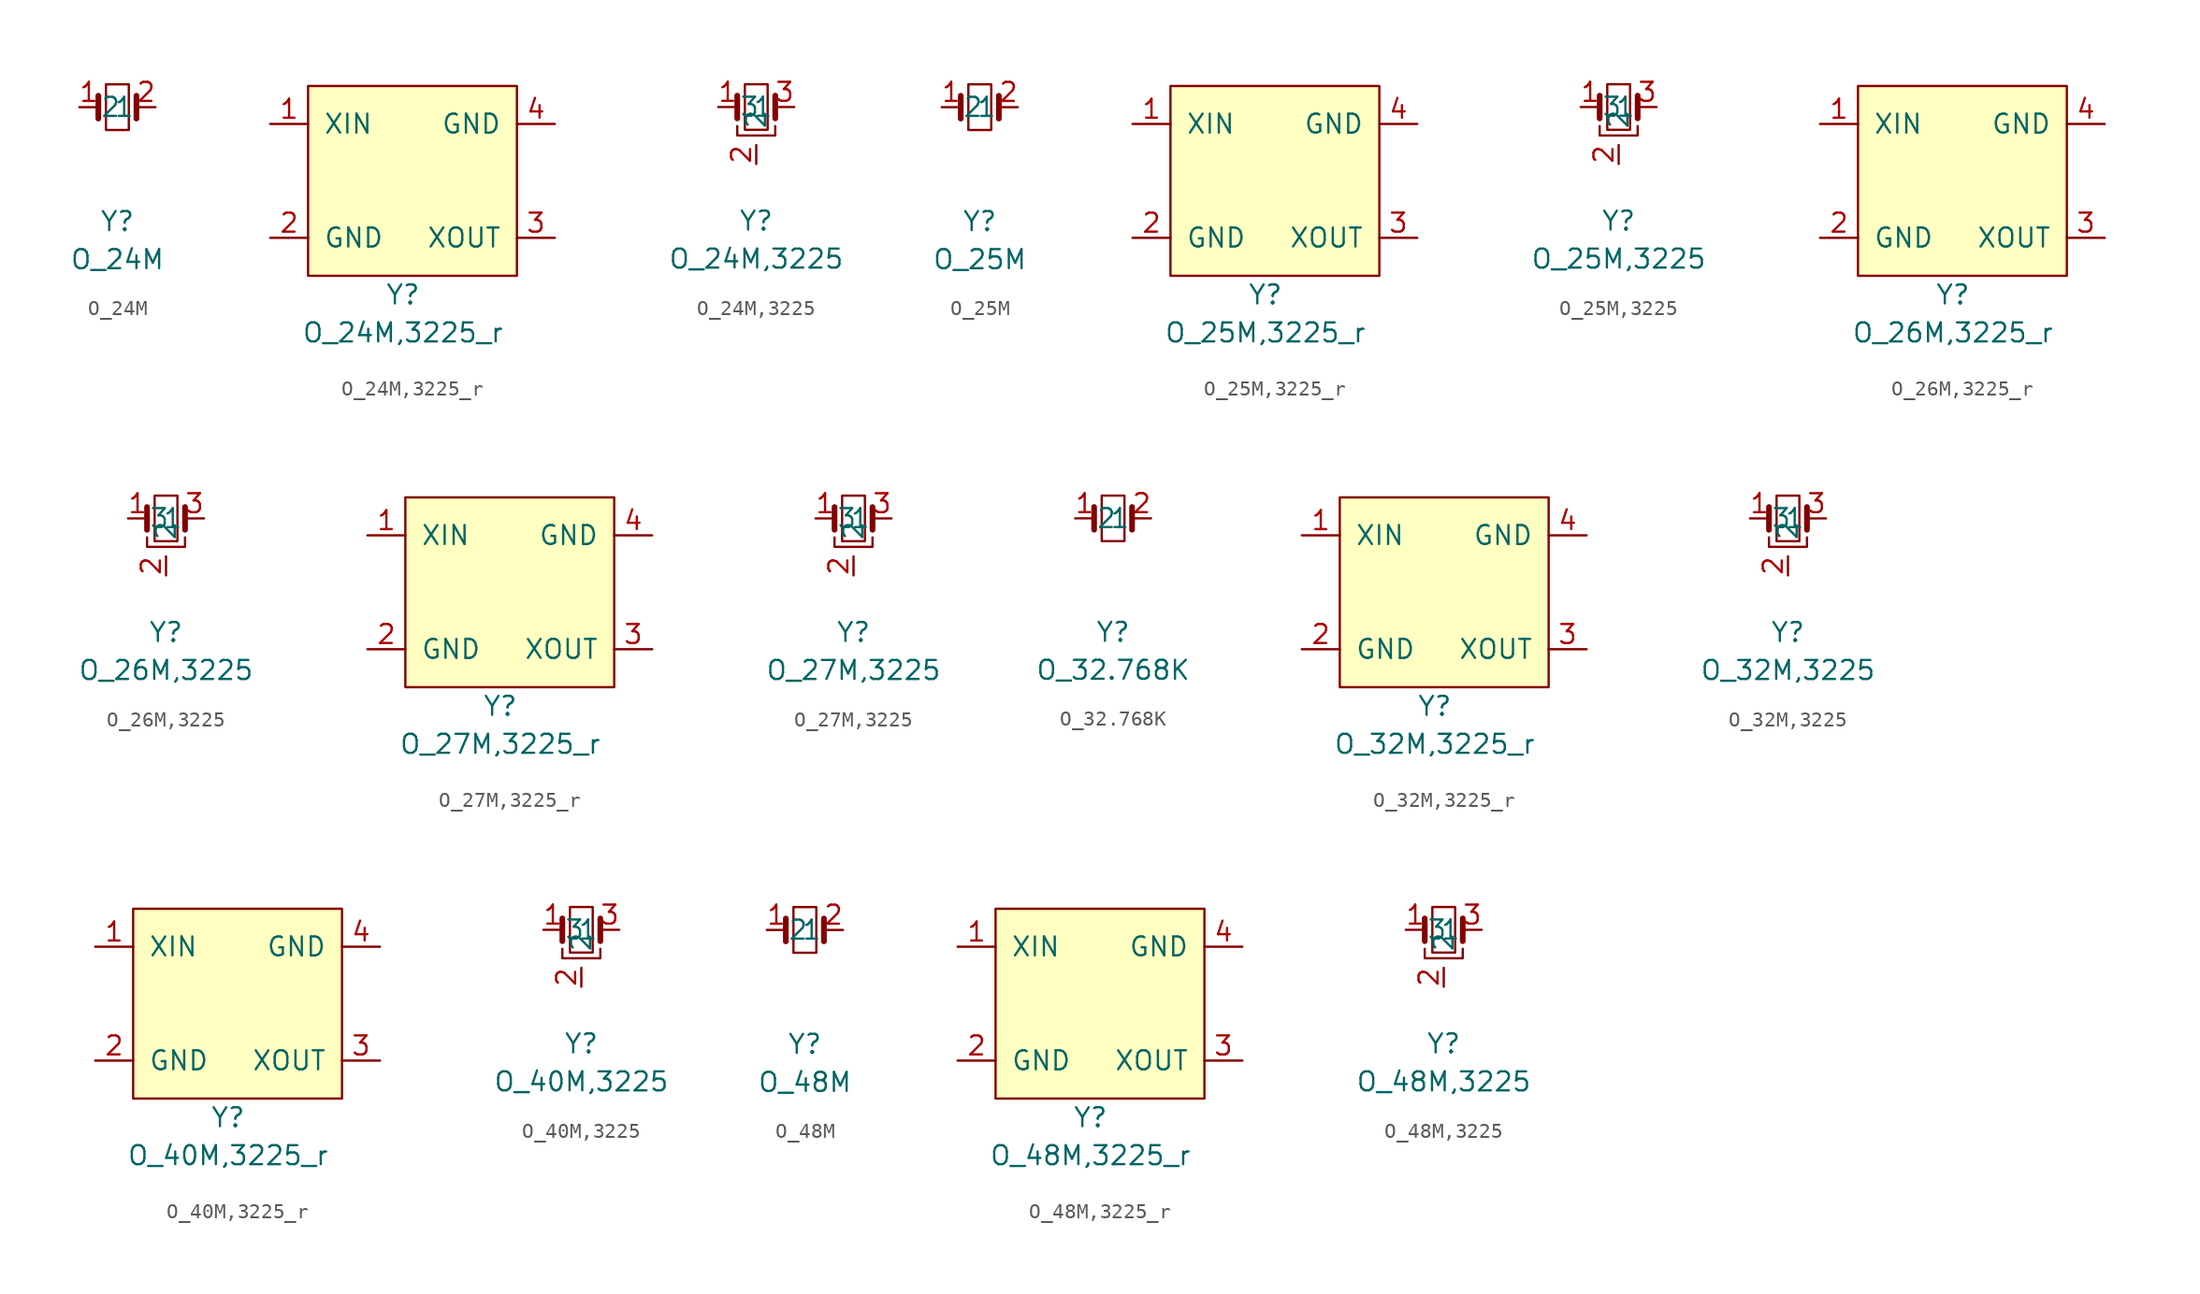
<source format=kicad_sym>
(kicad_symbol_lib
  (version 20211014)
  (generator kicad_symbol_editor)
  (symbol "O_24M"
    (pin_names
      (offset 1.016))
    (property "Reference" "Y"
      (at 0 -7.62 0)
      (effects (font (size 1.27 1.27))))
    (property "Value" "O_24M"
      (at 0 -10.16 0)
      (effects (font (size 1.27 1.27))))
    (symbol "O_24M_0_1"
      (rectangle (start -0.762 -1.524) (end 0.762 1.524) (stroke (width 0) (type default) (color 0 0 0 0)) (fill (type none)))
      (polyline (pts (xy -1.27 -0.762) (xy -1.27 0.762)) (stroke (width 0.381) (type default) (color 0 0 0 0)) (fill (type none)))
      (polyline (pts (xy 1.27 -0.762) (xy 1.27 0.762)) (stroke (width 0.381) (type default) (color 0 0 0 0)) (fill (type none))))
    (symbol "O_24M_1_1"
      (pin passive line (at -2.54 0 0) (length 1.27) (name "1" (effects (font (size 1.27 1.27)))) (number "1" (effects (font (size 1.27 1.27)))))
      (pin passive line (at 2.54 0 180) (length 1.27) (name "2" (effects (font (size 1.27 1.27)))) (number "2" (effects (font (size 1.27 1.27)))))))
  (symbol "O_24M,3225_r"
    (pin_names
      (offset 1.016))
    (property "Reference" "Y"
      (at 0 -7.62 0)
      (effects (font (size 1.27 1.27))))
    (property "Value" "O_24M,3225_r"
      (at 0 -10.16 0)
      (effects (font (size 1.27 1.27))))
    (symbol "O_24M,3225_r_0_1"
      (rectangle (start -6.35 6.35) (end 7.62 -6.35) (stroke (width 0) (type default) (color 0 0 0 0)) (fill (type background))))
    (symbol "O_24M,3225_r_1_1"
      (pin bidirectional line (at -8.89 3.81 0) (length 2.54) (name "XIN" (effects (font (size 1.27 1.27)))) (number "1" (effects (font (size 1.27 1.27)))))
      (pin power_in line (at -8.89 -3.81 0) (length 2.54) (name "GND" (effects (font (size 1.27 1.27)))) (number "2" (effects (font (size 1.27 1.27)))))
      (pin bidirectional line (at 10.16 -3.81 180) (length 2.54) (name "XOUT" (effects (font (size 1.27 1.27)))) (number "3" (effects (font (size 1.27 1.27)))))
      (pin power_in line (at 10.16 3.81 180) (length 2.54) (name "GND" (effects (font (size 1.27 1.27)))) (number "4" (effects (font (size 1.27 1.27)))))))
  (symbol "O_24M,3225"
    (pin_names
      (offset 1.016))
    (property "Reference" "Y"
      (at 0 -7.62 0)
      (effects (font (size 1.27 1.27))))
    (property "Value" "O_24M,3225"
      (at 0 -10.16 0)
      (effects (font (size 1.27 1.27))))
    (symbol "O_24M,3225_0_1"
      (rectangle (start -0.762 -1.524) (end 0.762 1.524) (stroke (width 0) (type default) (color 0 0 0 0)) (fill (type none)))
      (polyline (pts (xy -1.27 -0.762) (xy -1.27 0.762)) (stroke (width 0.381) (type default) (color 0 0 0 0)) (fill (type none)))
      (polyline (pts (xy 1.27 -0.762) (xy 1.27 0.762)) (stroke (width 0.381) (type default) (color 0 0 0 0)) (fill (type none)))
      (polyline (pts (xy -1.27 -1.27) (xy -1.27 -1.905) (xy 1.27 -1.905) (xy 1.27 -1.27)) (stroke (width 0) (type default) (color 0 0 0 0)) (fill (type none))))
    (symbol "O_24M,3225_1_1"
      (pin passive line (at -2.54 0 0) (length 1.27) (name "1" (effects (font (size 1.27 1.27)))) (number "1" (effects (font (size 1.27 1.27)))))
      (pin passive line (at 0 -3.81 90) (length 1.27) (name "2" (effects (font (size 1.27 1.27)))) (number "2" (effects (font (size 1.27 1.27)))))
      (pin passive line (at 2.54 0 180) (length 1.27) (name "3" (effects (font (size 1.27 1.27)))) (number "3" (effects (font (size 1.27 1.27)))))))
  (symbol "O_25M"
    (pin_names
      (offset 1.016))
    (property "Reference" "Y"
      (at 0 -7.62 0)
      (effects (font (size 1.27 1.27))))
    (property "Value" "O_25M"
      (at 0 -10.16 0)
      (effects (font (size 1.27 1.27))))
    (symbol "O_25M_0_1"
      (rectangle (start -0.762 -1.524) (end 0.762 1.524) (stroke (width 0) (type default) (color 0 0 0 0)) (fill (type none)))
      (polyline (pts (xy -1.27 -0.762) (xy -1.27 0.762)) (stroke (width 0.381) (type default) (color 0 0 0 0)) (fill (type none)))
      (polyline (pts (xy 1.27 -0.762) (xy 1.27 0.762)) (stroke (width 0.381) (type default) (color 0 0 0 0)) (fill (type none))))
    (symbol "O_25M_1_1"
      (pin passive line (at -2.54 0 0) (length 1.27) (name "1" (effects (font (size 1.27 1.27)))) (number "1" (effects (font (size 1.27 1.27)))))
      (pin passive line (at 2.54 0 180) (length 1.27) (name "2" (effects (font (size 1.27 1.27)))) (number "2" (effects (font (size 1.27 1.27)))))))
  (symbol "O_25M,3225_r"
    (pin_names
      (offset 1.016))
    (property "Reference" "Y"
      (at 0 -7.62 0)
      (effects (font (size 1.27 1.27))))
    (property "Value" "O_25M,3225_r"
      (at 0 -10.16 0)
      (effects (font (size 1.27 1.27))))
    (symbol "O_25M,3225_r_0_1"
      (rectangle (start -6.35 6.35) (end 7.62 -6.35) (stroke (width 0) (type default) (color 0 0 0 0)) (fill (type background))))
    (symbol "O_25M,3225_r_1_1"
      (pin bidirectional line (at -8.89 3.81 0) (length 2.54) (name "XIN" (effects (font (size 1.27 1.27)))) (number "1" (effects (font (size 1.27 1.27)))))
      (pin power_in line (at -8.89 -3.81 0) (length 2.54) (name "GND" (effects (font (size 1.27 1.27)))) (number "2" (effects (font (size 1.27 1.27)))))
      (pin bidirectional line (at 10.16 -3.81 180) (length 2.54) (name "XOUT" (effects (font (size 1.27 1.27)))) (number "3" (effects (font (size 1.27 1.27)))))
      (pin power_in line (at 10.16 3.81 180) (length 2.54) (name "GND" (effects (font (size 1.27 1.27)))) (number "4" (effects (font (size 1.27 1.27)))))))
  (symbol "O_25M,3225"
    (pin_names
      (offset 1.016))
    (property "Reference" "Y"
      (at 0 -7.62 0)
      (effects (font (size 1.27 1.27))))
    (property "Value" "O_25M,3225"
      (at 0 -10.16 0)
      (effects (font (size 1.27 1.27))))
    (symbol "O_25M,3225_0_1"
      (rectangle (start -0.762 -1.524) (end 0.762 1.524) (stroke (width 0) (type default) (color 0 0 0 0)) (fill (type none)))
      (polyline (pts (xy -1.27 -0.762) (xy -1.27 0.762)) (stroke (width 0.381) (type default) (color 0 0 0 0)) (fill (type none)))
      (polyline (pts (xy 1.27 -0.762) (xy 1.27 0.762)) (stroke (width 0.381) (type default) (color 0 0 0 0)) (fill (type none)))
      (polyline (pts (xy -1.27 -1.27) (xy -1.27 -1.905) (xy 1.27 -1.905) (xy 1.27 -1.27)) (stroke (width 0) (type default) (color 0 0 0 0)) (fill (type none))))
    (symbol "O_25M,3225_1_1"
      (pin passive line (at -2.54 0 0) (length 1.27) (name "1" (effects (font (size 1.27 1.27)))) (number "1" (effects (font (size 1.27 1.27)))))
      (pin passive line (at 0 -3.81 90) (length 1.27) (name "2" (effects (font (size 1.27 1.27)))) (number "2" (effects (font (size 1.27 1.27)))))
      (pin passive line (at 2.54 0 180) (length 1.27) (name "3" (effects (font (size 1.27 1.27)))) (number "3" (effects (font (size 1.27 1.27)))))))
  (symbol "O_26M,3225_r"
    (pin_names
      (offset 1.016))
    (property "Reference" "Y"
      (at 0 -7.62 0)
      (effects (font (size 1.27 1.27))))
    (property "Value" "O_26M,3225_r"
      (at 0 -10.16 0)
      (effects (font (size 1.27 1.27))))
    (symbol "O_26M,3225_r_0_1"
      (rectangle (start -6.35 6.35) (end 7.62 -6.35) (stroke (width 0) (type default) (color 0 0 0 0)) (fill (type background))))
    (symbol "O_26M,3225_r_1_1"
      (pin bidirectional line (at -8.89 3.81 0) (length 2.54) (name "XIN" (effects (font (size 1.27 1.27)))) (number "1" (effects (font (size 1.27 1.27)))))
      (pin power_in line (at -8.89 -3.81 0) (length 2.54) (name "GND" (effects (font (size 1.27 1.27)))) (number "2" (effects (font (size 1.27 1.27)))))
      (pin bidirectional line (at 10.16 -3.81 180) (length 2.54) (name "XOUT" (effects (font (size 1.27 1.27)))) (number "3" (effects (font (size 1.27 1.27)))))
      (pin power_in line (at 10.16 3.81 180) (length 2.54) (name "GND" (effects (font (size 1.27 1.27)))) (number "4" (effects (font (size 1.27 1.27)))))))
  (symbol "O_26M,3225"
    (pin_names
      (offset 1.016))
    (property "Reference" "Y"
      (at 0 -7.62 0)
      (effects (font (size 1.27 1.27))))
    (property "Value" "O_26M,3225"
      (at 0 -10.16 0)
      (effects (font (size 1.27 1.27))))
    (symbol "O_26M,3225_0_1"
      (rectangle (start -0.762 -1.524) (end 0.762 1.524) (stroke (width 0) (type default) (color 0 0 0 0)) (fill (type none)))
      (polyline (pts (xy -1.27 -0.762) (xy -1.27 0.762)) (stroke (width 0.381) (type default) (color 0 0 0 0)) (fill (type none)))
      (polyline (pts (xy 1.27 -0.762) (xy 1.27 0.762)) (stroke (width 0.381) (type default) (color 0 0 0 0)) (fill (type none)))
      (polyline (pts (xy -1.27 -1.27) (xy -1.27 -1.905) (xy 1.27 -1.905) (xy 1.27 -1.27)) (stroke (width 0) (type default) (color 0 0 0 0)) (fill (type none))))
    (symbol "O_26M,3225_1_1"
      (pin passive line (at -2.54 0 0) (length 1.27) (name "1" (effects (font (size 1.27 1.27)))) (number "1" (effects (font (size 1.27 1.27)))))
      (pin passive line (at 0 -3.81 90) (length 1.27) (name "2" (effects (font (size 1.27 1.27)))) (number "2" (effects (font (size 1.27 1.27)))))
      (pin passive line (at 2.54 0 180) (length 1.27) (name "3" (effects (font (size 1.27 1.27)))) (number "3" (effects (font (size 1.27 1.27)))))))
  (symbol "O_27M,3225_r"
    (pin_names
      (offset 1.016))
    (property "Reference" "Y"
      (at 0 -7.62 0)
      (effects (font (size 1.27 1.27))))
    (property "Value" "O_27M,3225_r"
      (at 0 -10.16 0)
      (effects (font (size 1.27 1.27))))
    (symbol "O_27M,3225_r_0_1"
      (rectangle (start -6.35 6.35) (end 7.62 -6.35) (stroke (width 0) (type default) (color 0 0 0 0)) (fill (type background))))
    (symbol "O_27M,3225_r_1_1"
      (pin bidirectional line (at -8.89 3.81 0) (length 2.54) (name "XIN" (effects (font (size 1.27 1.27)))) (number "1" (effects (font (size 1.27 1.27)))))
      (pin power_in line (at -8.89 -3.81 0) (length 2.54) (name "GND" (effects (font (size 1.27 1.27)))) (number "2" (effects (font (size 1.27 1.27)))))
      (pin bidirectional line (at 10.16 -3.81 180) (length 2.54) (name "XOUT" (effects (font (size 1.27 1.27)))) (number "3" (effects (font (size 1.27 1.27)))))
      (pin power_in line (at 10.16 3.81 180) (length 2.54) (name "GND" (effects (font (size 1.27 1.27)))) (number "4" (effects (font (size 1.27 1.27)))))))
  (symbol "O_27M,3225"
    (pin_names
      (offset 1.016))
    (property "Reference" "Y"
      (at 0 -7.62 0)
      (effects (font (size 1.27 1.27))))
    (property "Value" "O_27M,3225"
      (at 0 -10.16 0)
      (effects (font (size 1.27 1.27))))
    (symbol "O_27M,3225_0_1"
      (rectangle (start -0.762 -1.524) (end 0.762 1.524) (stroke (width 0) (type default) (color 0 0 0 0)) (fill (type none)))
      (polyline (pts (xy -1.27 -0.762) (xy -1.27 0.762)) (stroke (width 0.381) (type default) (color 0 0 0 0)) (fill (type none)))
      (polyline (pts (xy 1.27 -0.762) (xy 1.27 0.762)) (stroke (width 0.381) (type default) (color 0 0 0 0)) (fill (type none)))
      (polyline (pts (xy -1.27 -1.27) (xy -1.27 -1.905) (xy 1.27 -1.905) (xy 1.27 -1.27)) (stroke (width 0) (type default) (color 0 0 0 0)) (fill (type none))))
    (symbol "O_27M,3225_1_1"
      (pin passive line (at -2.54 0 0) (length 1.27) (name "1" (effects (font (size 1.27 1.27)))) (number "1" (effects (font (size 1.27 1.27)))))
      (pin passive line (at 0 -3.81 90) (length 1.27) (name "2" (effects (font (size 1.27 1.27)))) (number "2" (effects (font (size 1.27 1.27)))))
      (pin passive line (at 2.54 0 180) (length 1.27) (name "3" (effects (font (size 1.27 1.27)))) (number "3" (effects (font (size 1.27 1.27)))))))
  (symbol "O_32.768K"
    (pin_names
      (offset 1.016))
    (property "Reference" "Y"
      (at 0 -7.62 0)
      (effects (font (size 1.27 1.27))))
    (property "Value" "O_32.768K"
      (at 0 -10.16 0)
      (effects (font (size 1.27 1.27))))
    (symbol "O_32.768K_0_1"
      (rectangle (start -0.762 -1.524) (end 0.762 1.524) (stroke (width 0) (type default) (color 0 0 0 0)) (fill (type none)))
      (polyline (pts (xy -1.27 -0.762) (xy -1.27 0.762)) (stroke (width 0.381) (type default) (color 0 0 0 0)) (fill (type none)))
      (polyline (pts (xy 1.27 -0.762) (xy 1.27 0.762)) (stroke (width 0.381) (type default) (color 0 0 0 0)) (fill (type none))))
    (symbol "O_32.768K_1_1"
      (pin passive line (at -2.54 0 0) (length 1.27) (name "1" (effects (font (size 1.27 1.27)))) (number "1" (effects (font (size 1.27 1.27)))))
      (pin passive line (at 2.54 0 180) (length 1.27) (name "2" (effects (font (size 1.27 1.27)))) (number "2" (effects (font (size 1.27 1.27)))))))
  (symbol "O_32M,3225_r"
    (pin_names
      (offset 1.016))
    (property "Reference" "Y"
      (at 0 -7.62 0)
      (effects (font (size 1.27 1.27))))
    (property "Value" "O_32M,3225_r"
      (at 0 -10.16 0)
      (effects (font (size 1.27 1.27))))
    (symbol "O_32M,3225_r_0_1"
      (rectangle (start -6.35 6.35) (end 7.62 -6.35) (stroke (width 0) (type default) (color 0 0 0 0)) (fill (type background))))
    (symbol "O_32M,3225_r_1_1"
      (pin bidirectional line (at -8.89 3.81 0) (length 2.54) (name "XIN" (effects (font (size 1.27 1.27)))) (number "1" (effects (font (size 1.27 1.27)))))
      (pin power_in line (at -8.89 -3.81 0) (length 2.54) (name "GND" (effects (font (size 1.27 1.27)))) (number "2" (effects (font (size 1.27 1.27)))))
      (pin bidirectional line (at 10.16 -3.81 180) (length 2.54) (name "XOUT" (effects (font (size 1.27 1.27)))) (number "3" (effects (font (size 1.27 1.27)))))
      (pin power_in line (at 10.16 3.81 180) (length 2.54) (name "GND" (effects (font (size 1.27 1.27)))) (number "4" (effects (font (size 1.27 1.27)))))))
  (symbol "O_32M,3225"
    (pin_names
      (offset 1.016))
    (property "Reference" "Y"
      (at 0 -7.62 0)
      (effects (font (size 1.27 1.27))))
    (property "Value" "O_32M,3225"
      (at 0 -10.16 0)
      (effects (font (size 1.27 1.27))))
    (symbol "O_32M,3225_0_1"
      (rectangle (start -0.762 -1.524) (end 0.762 1.524) (stroke (width 0) (type default) (color 0 0 0 0)) (fill (type none)))
      (polyline (pts (xy -1.27 -0.762) (xy -1.27 0.762)) (stroke (width 0.381) (type default) (color 0 0 0 0)) (fill (type none)))
      (polyline (pts (xy 1.27 -0.762) (xy 1.27 0.762)) (stroke (width 0.381) (type default) (color 0 0 0 0)) (fill (type none)))
      (polyline (pts (xy -1.27 -1.27) (xy -1.27 -1.905) (xy 1.27 -1.905) (xy 1.27 -1.27)) (stroke (width 0) (type default) (color 0 0 0 0)) (fill (type none))))
    (symbol "O_32M,3225_1_1"
      (pin passive line (at -2.54 0 0) (length 1.27) (name "1" (effects (font (size 1.27 1.27)))) (number "1" (effects (font (size 1.27 1.27)))))
      (pin passive line (at 0 -3.81 90) (length 1.27) (name "2" (effects (font (size 1.27 1.27)))) (number "2" (effects (font (size 1.27 1.27)))))
      (pin passive line (at 2.54 0 180) (length 1.27) (name "3" (effects (font (size 1.27 1.27)))) (number "3" (effects (font (size 1.27 1.27)))))))
  (symbol "O_40M,3225_r"
    (pin_names
      (offset 1.016))
    (property "Reference" "Y"
      (at 0 -7.62 0)
      (effects (font (size 1.27 1.27))))
    (property "Value" "O_40M,3225_r"
      (at 0 -10.16 0)
      (effects (font (size 1.27 1.27))))
    (symbol "O_40M,3225_r_0_1"
      (rectangle (start -6.35 6.35) (end 7.62 -6.35) (stroke (width 0) (type default) (color 0 0 0 0)) (fill (type background))))
    (symbol "O_40M,3225_r_1_1"
      (pin bidirectional line (at -8.89 3.81 0) (length 2.54) (name "XIN" (effects (font (size 1.27 1.27)))) (number "1" (effects (font (size 1.27 1.27)))))
      (pin power_in line (at -8.89 -3.81 0) (length 2.54) (name "GND" (effects (font (size 1.27 1.27)))) (number "2" (effects (font (size 1.27 1.27)))))
      (pin bidirectional line (at 10.16 -3.81 180) (length 2.54) (name "XOUT" (effects (font (size 1.27 1.27)))) (number "3" (effects (font (size 1.27 1.27)))))
      (pin power_in line (at 10.16 3.81 180) (length 2.54) (name "GND" (effects (font (size 1.27 1.27)))) (number "4" (effects (font (size 1.27 1.27)))))))
  (symbol "O_40M,3225"
    (pin_names
      (offset 1.016))
    (property "Reference" "Y"
      (at 0 -7.62 0)
      (effects (font (size 1.27 1.27))))
    (property "Value" "O_40M,3225"
      (at 0 -10.16 0)
      (effects (font (size 1.27 1.27))))
    (symbol "O_40M,3225_0_1"
      (rectangle (start -0.762 -1.524) (end 0.762 1.524) (stroke (width 0) (type default) (color 0 0 0 0)) (fill (type none)))
      (polyline (pts (xy -1.27 -0.762) (xy -1.27 0.762)) (stroke (width 0.381) (type default) (color 0 0 0 0)) (fill (type none)))
      (polyline (pts (xy 1.27 -0.762) (xy 1.27 0.762)) (stroke (width 0.381) (type default) (color 0 0 0 0)) (fill (type none)))
      (polyline (pts (xy -1.27 -1.27) (xy -1.27 -1.905) (xy 1.27 -1.905) (xy 1.27 -1.27)) (stroke (width 0) (type default) (color 0 0 0 0)) (fill (type none))))
    (symbol "O_40M,3225_1_1"
      (pin passive line (at -2.54 0 0) (length 1.27) (name "1" (effects (font (size 1.27 1.27)))) (number "1" (effects (font (size 1.27 1.27)))))
      (pin passive line (at 0 -3.81 90) (length 1.27) (name "2" (effects (font (size 1.27 1.27)))) (number "2" (effects (font (size 1.27 1.27)))))
      (pin passive line (at 2.54 0 180) (length 1.27) (name "3" (effects (font (size 1.27 1.27)))) (number "3" (effects (font (size 1.27 1.27)))))))
  (symbol "O_48M"
    (pin_names
      (offset 1.016))
    (property "Reference" "Y"
      (at 0 -7.62 0)
      (effects (font (size 1.27 1.27))))
    (property "Value" "O_48M"
      (at 0 -10.16 0)
      (effects (font (size 1.27 1.27))))
    (symbol "O_48M_0_1"
      (rectangle (start -0.762 -1.524) (end 0.762 1.524) (stroke (width 0) (type default) (color 0 0 0 0)) (fill (type none)))
      (polyline (pts (xy -1.27 -0.762) (xy -1.27 0.762)) (stroke (width 0.381) (type default) (color 0 0 0 0)) (fill (type none)))
      (polyline (pts (xy 1.27 -0.762) (xy 1.27 0.762)) (stroke (width 0.381) (type default) (color 0 0 0 0)) (fill (type none))))
    (symbol "O_48M_1_1"
      (pin passive line (at -2.54 0 0) (length 1.27) (name "1" (effects (font (size 1.27 1.27)))) (number "1" (effects (font (size 1.27 1.27)))))
      (pin passive line (at 2.54 0 180) (length 1.27) (name "2" (effects (font (size 1.27 1.27)))) (number "2" (effects (font (size 1.27 1.27)))))))
  (symbol "O_48M,3225_r"
    (pin_names
      (offset 1.016))
    (property "Reference" "Y"
      (at 0 -7.62 0)
      (effects (font (size 1.27 1.27))))
    (property "Value" "O_48M,3225_r"
      (at 0 -10.16 0)
      (effects (font (size 1.27 1.27))))
    (symbol "O_48M,3225_r_0_1"
      (rectangle (start -6.35 6.35) (end 7.62 -6.35) (stroke (width 0) (type default) (color 0 0 0 0)) (fill (type background))))
    (symbol "O_48M,3225_r_1_1"
      (pin bidirectional line (at -8.89 3.81 0) (length 2.54) (name "XIN" (effects (font (size 1.27 1.27)))) (number "1" (effects (font (size 1.27 1.27)))))
      (pin power_in line (at -8.89 -3.81 0) (length 2.54) (name "GND" (effects (font (size 1.27 1.27)))) (number "2" (effects (font (size 1.27 1.27)))))
      (pin bidirectional line (at 10.16 -3.81 180) (length 2.54) (name "XOUT" (effects (font (size 1.27 1.27)))) (number "3" (effects (font (size 1.27 1.27)))))
      (pin power_in line (at 10.16 3.81 180) (length 2.54) (name "GND" (effects (font (size 1.27 1.27)))) (number "4" (effects (font (size 1.27 1.27)))))))
  (symbol "O_48M,3225"
    (pin_names
      (offset 1.016))
    (property "Reference" "Y"
      (at 0 -7.62 0)
      (effects (font (size 1.27 1.27))))
    (property "Value" "O_48M,3225"
      (at 0 -10.16 0)
      (effects (font (size 1.27 1.27))))
    (symbol "O_48M,3225_0_1"
      (rectangle (start -0.762 -1.524) (end 0.762 1.524) (stroke (width 0) (type default) (color 0 0 0 0)) (fill (type none)))
      (polyline (pts (xy -1.27 -0.762) (xy -1.27 0.762)) (stroke (width 0.381) (type default) (color 0 0 0 0)) (fill (type none)))
      (polyline (pts (xy 1.27 -0.762) (xy 1.27 0.762)) (stroke (width 0.381) (type default) (color 0 0 0 0)) (fill (type none)))
      (polyline (pts (xy -1.27 -1.27) (xy -1.27 -1.905) (xy 1.27 -1.905) (xy 1.27 -1.27)) (stroke (width 0) (type default) (color 0 0 0 0)) (fill (type none))))
    (symbol "O_48M,3225_1_1"
      (pin passive line (at -2.54 0 0) (length 1.27) (name "1" (effects (font (size 1.27 1.27)))) (number "1" (effects (font (size 1.27 1.27)))))
      (pin passive line (at 0 -3.81 90) (length 1.27) (name "2" (effects (font (size 1.27 1.27)))) (number "2" (effects (font (size 1.27 1.27)))))
      (pin passive line (at 2.54 0 180) (length 1.27) (name "3" (effects (font (size 1.27 1.27)))) (number "3" (effects (font (size 1.27 1.27))))))))
</source>
